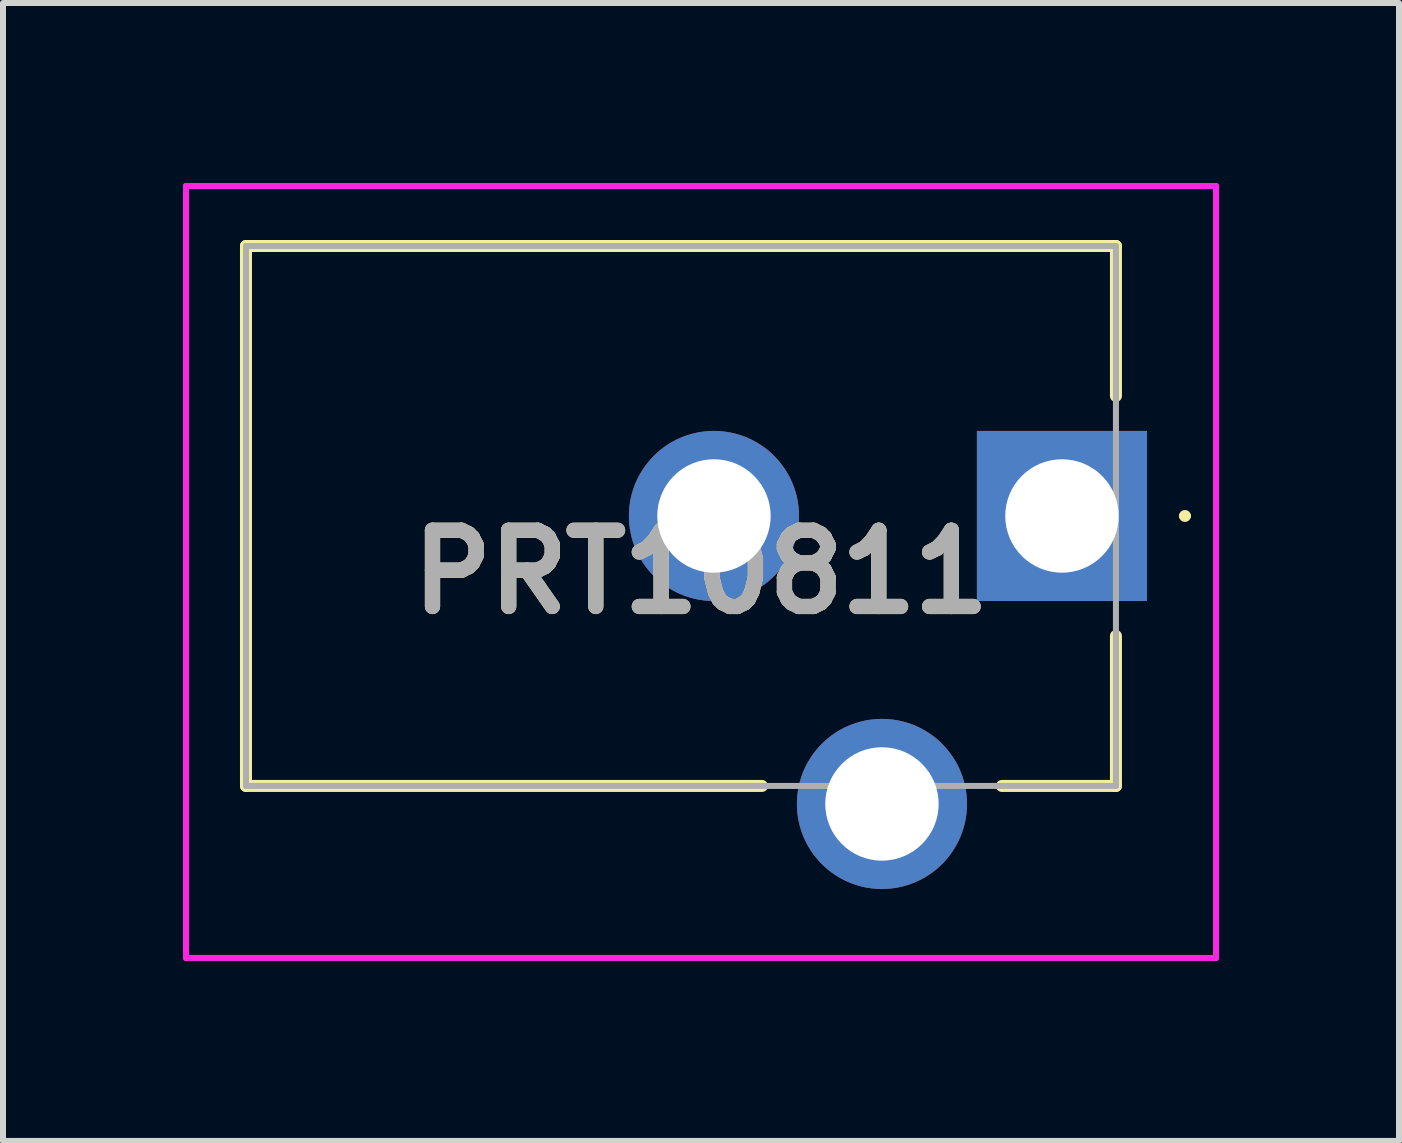
<source format=kicad_pcb>
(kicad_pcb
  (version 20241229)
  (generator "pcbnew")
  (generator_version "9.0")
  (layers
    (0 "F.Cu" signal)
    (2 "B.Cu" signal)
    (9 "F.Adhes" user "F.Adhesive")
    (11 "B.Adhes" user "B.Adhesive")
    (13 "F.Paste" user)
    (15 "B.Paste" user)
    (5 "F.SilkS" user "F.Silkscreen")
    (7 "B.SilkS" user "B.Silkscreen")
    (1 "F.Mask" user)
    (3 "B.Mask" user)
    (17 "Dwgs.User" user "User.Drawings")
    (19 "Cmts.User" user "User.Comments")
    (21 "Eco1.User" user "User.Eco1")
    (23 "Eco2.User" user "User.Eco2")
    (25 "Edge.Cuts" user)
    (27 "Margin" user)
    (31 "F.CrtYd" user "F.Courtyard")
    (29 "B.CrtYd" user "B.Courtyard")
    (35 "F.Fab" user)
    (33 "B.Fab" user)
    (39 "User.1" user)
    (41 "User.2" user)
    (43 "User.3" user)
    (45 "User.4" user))
  (footprint "PRT10811"
    (layer "F.Cu")
    (at 14.65 5.55)
    (property "Reference" "PRT10811" (at -6.016 0.934 0) (layer "F.SilkS") (effects (font (size 1.27 1.27) (thickness 0.254))))
    (attr through_hole)
    (fp_line (start -13.6 -4.5) (end -13.6 4.5) (stroke (width 0.2) (type solid)) (layer "F.SilkS"))
    (fp_line (start -13.6 4.5) (end -5 4.5) (stroke (width 0.2) (type solid)) (layer "F.SilkS"))
    (fp_line (start -1 4.5) (end 0.9 4.5) (stroke (width 0.2) (type solid)) (layer "F.SilkS"))
    (fp_line (start 0.9 -4.5) (end -13.6 -4.5) (stroke (width 0.2) (type solid)) (layer "F.SilkS"))
    (fp_line (start 0.9 -2) (end 0.9 -4.5) (stroke (width 0.2) (type solid)) (layer "F.SilkS"))
    (fp_line (start 0.9 4.5) (end 0.9 2) (stroke (width 0.2) (type solid)) (layer "F.SilkS"))
    (fp_line (start 2 0) (end 2 0) (stroke (width 0.1) (type solid)) (layer "F.SilkS"))
    (fp_line (start 2.1 0) (end 2.1 0) (stroke (width 0.1) (type solid)) (layer "F.SilkS"))
    (fp_arc (start 2 0) (mid 2.05 -0.05) (end 2.1 0) (stroke (width 0.1) (type solid)) (layer "F.SilkS"))
    (fp_arc (start 2.1 0) (mid 2.05 0.05) (end 2 0) (stroke (width 0.1) (type solid)) (layer "F.SilkS"))
    (fp_line (start -14.6 -5.5) (end 2.568 -5.5) (stroke (width 0.1) (type solid)) (layer "F.CrtYd"))
    (fp_line (start -14.6 7.367) (end -14.6 -5.5) (stroke (width 0.1) (type solid)) (layer "F.CrtYd"))
    (fp_line (start 2.568 -5.5) (end 2.568 7.367) (stroke (width 0.1) (type solid)) (layer "F.CrtYd"))
    (fp_line (start 2.568 7.367) (end -14.6 7.367) (stroke (width 0.1) (type solid)) (layer "F.CrtYd"))
    (fp_line (start -13.6 -4.5) (end 0.9 -4.5) (stroke (width 0.1) (type solid)) (layer "F.Fab"))
    (fp_line (start -13.6 4.5) (end -13.6 -4.5) (stroke (width 0.1) (type solid)) (layer "F.Fab"))
    (fp_line (start 0.9 -4.5) (end 0.9 4.5) (stroke (width 0.1) (type solid)) (layer "F.Fab"))
    (fp_line (start 0.9 4.5) (end -13.6 4.5) (stroke (width 0.1) (type solid)) (layer "F.Fab"))
    (fp_text user "${REFERENCE}" (at -6.016 0.934 0) (layer "F.Fab") (effects (font (size 1.27 1.27) (thickness 0.254))))
    (pad "1" thru_hole rect (at 0 0) (size 2.835 2.835) (drill 1.89) (layers "*.Cu" "*.Mask"))
    (pad "2" thru_hole circle (at -5.8 0) (size 2.835 2.835) (drill 1.89) (layers "*.Cu" "*.Mask"))
    (pad "3" thru_hole circle (at -3 4.8) (size 2.835 2.835) (drill 1.89) (layers "*.Cu" "*.Mask")))
  (gr_rect
    (start -3 -3)
    (end 20.268 15.967)
    (stroke (width 0.1) (type default))
    (fill no)
    (layer "Edge.Cuts")))
</source>
